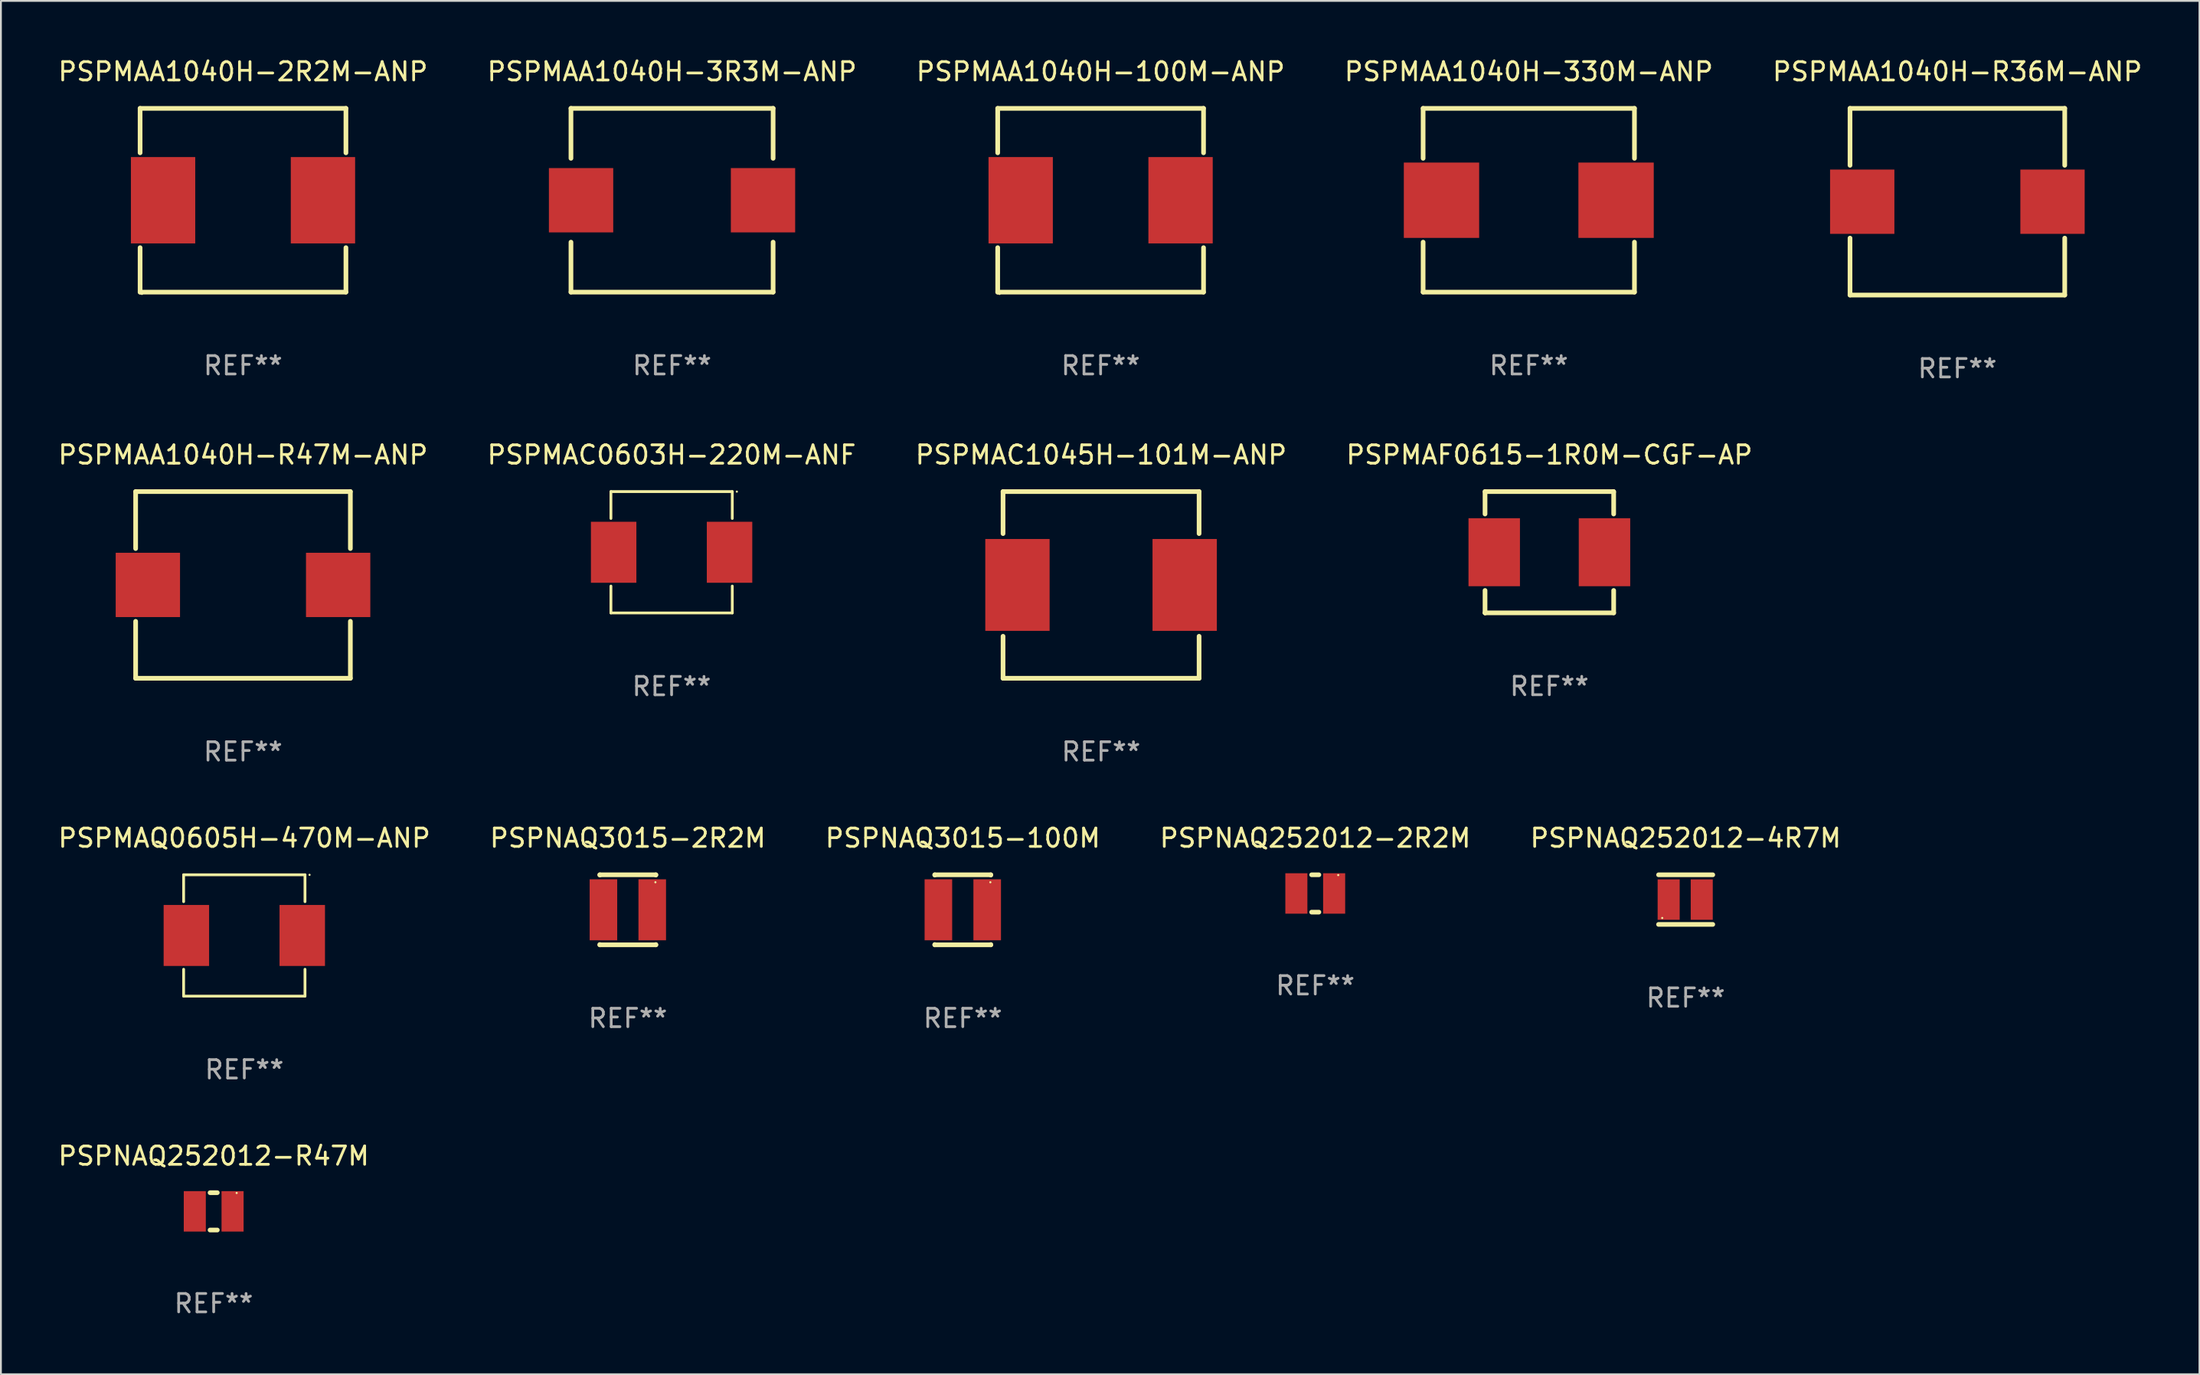
<source format=kicad_pcb>
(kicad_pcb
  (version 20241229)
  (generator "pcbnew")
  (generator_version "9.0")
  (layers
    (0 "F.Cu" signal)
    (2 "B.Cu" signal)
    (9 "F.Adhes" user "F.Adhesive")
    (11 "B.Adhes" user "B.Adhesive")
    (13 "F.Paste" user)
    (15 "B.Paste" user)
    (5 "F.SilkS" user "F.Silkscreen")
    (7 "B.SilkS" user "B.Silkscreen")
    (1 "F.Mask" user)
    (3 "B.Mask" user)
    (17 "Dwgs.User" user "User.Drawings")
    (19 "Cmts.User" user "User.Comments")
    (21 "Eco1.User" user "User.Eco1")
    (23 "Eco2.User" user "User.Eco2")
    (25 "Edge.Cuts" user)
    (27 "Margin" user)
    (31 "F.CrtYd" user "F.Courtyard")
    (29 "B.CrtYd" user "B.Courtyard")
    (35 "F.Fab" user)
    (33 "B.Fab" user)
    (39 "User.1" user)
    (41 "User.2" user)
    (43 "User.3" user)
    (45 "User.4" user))
  (footprint "PSPNAQ3015-100M"
    (layer "F.Cu")
    (at 49.339 46.466)
    (property "Reference" "PSPNAQ3015-100M" (at 0 -3.905 0) (layer "F.SilkS") (effects (font (size 1 1) (thickness 0.15))))
    (attr through_hole)
    (fp_line (start -1.524 -1.905) (end 1.524 -1.905) (stroke (width 0.254) (type solid)) (layer "F.SilkS"))
    (fp_line (start -1.524 -1.891) (end -1.524 -1.905) (stroke (width 0.254) (type solid)) (layer "F.SilkS"))
    (fp_line (start -1.524 1.905) (end -1.524 1.891) (stroke (width 0.254) (type solid)) (layer "F.SilkS"))
    (fp_line (start -1.524 1.905) (end 1.524 1.905) (stroke (width 0.254) (type solid)) (layer "F.SilkS"))
    (fp_line (start 1.524 -1.905) (end 1.524 -1.891) (stroke (width 0.254) (type solid)) (layer "F.SilkS"))
    (fp_line (start 1.524 1.891) (end 1.524 1.905) (stroke (width 0.254) (type solid)) (layer "F.SilkS"))
    (fp_circle (center 1.5 -1.5) (end 1.53 -1.5) (stroke (width 0.06) (type solid)) (fill no) (layer "F.SilkS"))
    (fp_text user "REF**" (at 0 5.905 0) (layer "F.Fab") (effects (font (size 1 1) (thickness 0.15))))
    (pad "1" smd rect (at 1.328 0) (size 1.5 3.32) (layers "F.Cu" "F.Mask" "F.Paste"))
    (pad "2" smd rect (at -1.328 0) (size 1.5 3.32) (layers "F.Cu" "F.Mask" "F.Paste")))
  (footprint "PSPNAQ3015-2R2M"
    (layer "F.Cu")
    (at 31.113 46.466)
    (property "Reference" "PSPNAQ3015-2R2M" (at 0 -3.905 0) (layer "F.SilkS") (effects (font (size 1 1) (thickness 0.15))))
    (attr through_hole)
    (fp_line (start -1.524 -1.905) (end 1.524 -1.905) (stroke (width 0.254) (type solid)) (layer "F.SilkS"))
    (fp_line (start -1.524 -1.891) (end -1.524 -1.905) (stroke (width 0.254) (type solid)) (layer "F.SilkS"))
    (fp_line (start -1.524 1.905) (end -1.524 1.891) (stroke (width 0.254) (type solid)) (layer "F.SilkS"))
    (fp_line (start -1.524 1.905) (end 1.524 1.905) (stroke (width 0.254) (type solid)) (layer "F.SilkS"))
    (fp_line (start 1.524 -1.905) (end 1.524 -1.891) (stroke (width 0.254) (type solid)) (layer "F.SilkS"))
    (fp_line (start 1.524 1.891) (end 1.524 1.905) (stroke (width 0.254) (type solid)) (layer "F.SilkS"))
    (fp_circle (center 1.5 -1.5) (end 1.53 -1.5) (stroke (width 0.06) (type solid)) (fill no) (layer "F.SilkS"))
    (fp_text user "REF**" (at 0 5.905 0) (layer "F.Fab") (effects (font (size 1 1) (thickness 0.15))))
    (pad "1" smd rect (at 1.328 0) (size 1.5 3.32) (layers "F.Cu" "F.Mask" "F.Paste"))
    (pad "2" smd rect (at -1.328 0) (size 1.5 3.32) (layers "F.Cu" "F.Mask" "F.Paste")))
  (footprint "PSPMAC1045H-101M-ANP"
    (layer "F.Cu")
    (at 56.863 28.785)
    (property "Reference" "PSPMAC1045H-101M-ANP" (at 0 -7.08 0) (layer "F.SilkS") (effects (font (size 1 1) (thickness 0.15))))
    (attr through_hole)
    (fp_line (start -5.334 -5.08) (end 5.334 -5.08) (stroke (width 0.254) (type solid)) (layer "F.SilkS"))
    (fp_line (start -5.334 -2.794) (end -5.334 -5.08) (stroke (width 0.254) (type solid)) (layer "F.SilkS"))
    (fp_line (start -5.334 5.08) (end -5.334 2.794) (stroke (width 0.254) (type solid)) (layer "F.SilkS"))
    (fp_line (start 5.334 -5.08) (end 5.334 -2.794) (stroke (width 0.254) (type solid)) (layer "F.SilkS"))
    (fp_line (start 5.334 2.794) (end 5.334 5.08) (stroke (width 0.254) (type solid)) (layer "F.SilkS"))
    (fp_line (start 5.334 5.08) (end -5.334 5.08) (stroke (width 0.254) (type solid)) (layer "F.SilkS"))
    (fp_circle (center -5.3 5.1) (end -5.27 5.1) (stroke (width 0.06) (type solid)) (fill no) (layer "F.SilkS"))
    (fp_text user "REF**" (at 0 9.08 0) (layer "F.Fab") (effects (font (size 1 1) (thickness 0.15))))
    (pad "1" smd rect (at -4.55 0) (size 3.5 5) (layers "F.Cu" "F.Mask" "F.Paste"))
    (pad "2" smd rect (at 4.55 0) (size 3.5 5) (layers "F.Cu" "F.Mask" "F.Paste")))
  (footprint "PSPMAA1040H-100M-ANP"
    (layer "F.Cu")
    (at 56.839 7.848)
    (property "Reference" "PSPMAA1040H-100M-ANP" (at 0 -7 0) (layer "F.SilkS") (effects (font (size 1 1) (thickness 0.15))))
    (attr through_hole)
    (fp_line (start -5.6 -5) (end -5.6 -2.581) (stroke (width 0.254) (type solid)) (layer "F.SilkS"))
    (fp_line (start -5.6 -5) (end 5.6 -5) (stroke (width 0.254) (type solid)) (layer "F.SilkS"))
    (fp_line (start -5.6 2.581) (end -5.6 5) (stroke (width 0.254) (type solid)) (layer "F.SilkS"))
    (fp_line (start -5.6 5) (end 5.6 5) (stroke (width 0.254) (type solid)) (layer "F.SilkS"))
    (fp_line (start 5.6 -5) (end 5.6 -2.581) (stroke (width 0.254) (type solid)) (layer "F.SilkS"))
    (fp_line (start 5.6 2.581) (end 5.6 5) (stroke (width 0.254) (type solid)) (layer "F.SilkS"))
    (fp_circle (center -5.5 5.1) (end -5.47 5.1) (stroke (width 0.06) (type solid)) (fill no) (layer "F.SilkS"))
    (fp_text user "REF**" (at 0 9 0) (layer "F.Fab") (effects (font (size 1 1) (thickness 0.15))))
    (pad "1" smd rect (at -4.35 0 90) (size 4.7 3.5) (layers "F.Cu" "F.Mask" "F.Paste"))
    (pad "2" smd rect (at 4.35 0 90) (size 4.7 3.5) (layers "F.Cu" "F.Mask" "F.Paste")))
  (footprint "PSPMAQ0605H-470M-ANP"
    (layer "F.Cu")
    (at 10.244 47.863)
    (property "Reference" "PSPMAQ0605H-470M-ANP" (at 0 -5.302 0) (layer "F.SilkS") (effects (font (size 1 1) (thickness 0.15))))
    (attr through_hole)
    (fp_line (start -3.302 -3.302) (end -3.302 -1.84) (stroke (width 0.152) (type solid)) (layer "F.SilkS"))
    (fp_line (start -3.302 1.84) (end -3.302 3.302) (stroke (width 0.152) (type solid)) (layer "F.SilkS"))
    (fp_line (start -3.302 3.302) (end 3.302 3.302) (stroke (width 0.152) (type solid)) (layer "F.SilkS"))
    (fp_line (start 3.302 -3.302) (end -3.302 -3.302) (stroke (width 0.152) (type solid)) (layer "F.SilkS"))
    (fp_line (start 3.302 -1.84) (end 3.302 -3.302) (stroke (width 0.152) (type solid)) (layer "F.SilkS"))
    (fp_line (start 3.302 3.302) (end 3.302 1.84) (stroke (width 0.152) (type solid)) (layer "F.SilkS"))
    (fp_circle (center 3.55 -3.3) (end 3.58 -3.3) (stroke (width 0.06) (type solid)) (fill no) (layer "F.SilkS"))
    (fp_text user "REF**" (at 0 7.302 0) (layer "F.Fab") (effects (font (size 1 1) (thickness 0.15))))
    (pad "1" smd rect (at 3.153 0) (size 2.474 3.32) (layers "F.Cu" "F.Mask" "F.Paste"))
    (pad "2" smd rect (at -3.153 0) (size 2.474 3.32) (layers "F.Cu" "F.Mask" "F.Paste")))
  (footprint "PSPMAC0603H-220M-ANF"
    (layer "F.Cu")
    (at 33.494 27.007)
    (property "Reference" "PSPMAC0603H-220M-ANF" (at 0 -5.302 0) (layer "F.SilkS") (effects (font (size 1 1) (thickness 0.15))))
    (attr through_hole)
    (fp_line (start -3.302 -3.302) (end -3.302 -1.84) (stroke (width 0.152) (type solid)) (layer "F.SilkS"))
    (fp_line (start -3.302 1.84) (end -3.302 3.302) (stroke (width 0.152) (type solid)) (layer "F.SilkS"))
    (fp_line (start -3.302 3.302) (end 3.302 3.302) (stroke (width 0.152) (type solid)) (layer "F.SilkS"))
    (fp_line (start 3.302 -3.302) (end -3.302 -3.302) (stroke (width 0.152) (type solid)) (layer "F.SilkS"))
    (fp_line (start 3.302 -1.84) (end 3.302 -3.302) (stroke (width 0.152) (type solid)) (layer "F.SilkS"))
    (fp_line (start 3.302 3.302) (end 3.302 1.84) (stroke (width 0.152) (type solid)) (layer "F.SilkS"))
    (fp_circle (center 3.55 -3.3) (end 3.58 -3.3) (stroke (width 0.06) (type solid)) (fill no) (layer "F.SilkS"))
    (fp_text user "REF**" (at 0 7.302 0) (layer "F.Fab") (effects (font (size 1 1) (thickness 0.15))))
    (pad "1" smd rect (at 3.153 0) (size 2.474 3.32) (layers "F.Cu" "F.Mask" "F.Paste"))
    (pad "2" smd rect (at -3.153 0) (size 2.474 3.32) (layers "F.Cu" "F.Mask" "F.Paste")))
  (footprint "PSPNAQ252012-2R2M"
    (layer "F.Cu")
    (at 68.518 45.577)
    (property "Reference" "PSPNAQ252012-2R2M" (at 0 -3.016 0) (layer "F.SilkS") (effects (font (size 1 1) (thickness 0.15))))
    (attr through_hole)
    (fp_line (start -0.197 1.016) (end 0.197 1.016) (stroke (width 0.254) (type solid)) (layer "F.SilkS"))
    (fp_line (start 0.197 -1.016) (end -0.197 -1.016) (stroke (width 0.254) (type solid)) (layer "F.SilkS"))
    (fp_circle (center 1.25 -1) (end 1.28 -1) (stroke (width 0.06) (type solid)) (fill no) (layer "F.SilkS"))
    (fp_text user "REF**" (at 0 5.016 0) (layer "F.Fab") (effects (font (size 1 1) (thickness 0.15))))
    (pad "1" smd rect (at 1.028 0) (size 1.2 2.2) (layers "F.Cu" "F.Mask" "F.Paste"))
    (pad "2" smd rect (at -1.028 0) (size 1.2 2.2) (layers "F.Cu" "F.Mask" "F.Paste")))
  (footprint "PSPNAQ252012-4R7M"
    (layer "F.Cu")
    (at 88.673 45.911)
    (property "Reference" "PSPNAQ252012-4R7M" (at 0 -3.35 0) (layer "F.SilkS") (effects (font (size 1 1) (thickness 0.15))))
    (attr through_hole)
    (fp_line (start -1.475 1.35) (end 1.475 1.35) (stroke (width 0.254) (type solid)) (layer "F.SilkS"))
    (fp_line (start 1.475 -1.35) (end -1.474 -1.35) (stroke (width 0.254) (type solid)) (layer "F.SilkS"))
    (fp_circle (center -1.275 1) (end -1.245 1) (stroke (width 0.06) (type solid)) (fill no) (layer "F.SilkS"))
    (fp_text user "REF**" (at 0 5.35 0) (layer "F.Fab") (effects (font (size 1 1) (thickness 0.15))))
    (pad "1" smd rect (at -0.925 -0.000178) (size 1.2 2.2) (layers "F.Cu" "F.Mask" "F.Paste"))
    (pad "2" smd rect (at 0.875 -0.000178) (size 1.2 2.2) (layers "F.Cu" "F.Mask" "F.Paste")))
  (footprint "PSPNAQ252012-R47M"
    (layer "F.Cu")
    (at 8.577 62.878)
    (property "Reference" "PSPNAQ252012-R47M" (at 0 -3.016 0) (layer "F.SilkS") (effects (font (size 1 1) (thickness 0.15))))
    (attr through_hole)
    (fp_line (start -0.197 1.016) (end 0.197 1.016) (stroke (width 0.254) (type solid)) (layer "F.SilkS"))
    (fp_line (start 0.197 -1.016) (end -0.197 -1.016) (stroke (width 0.254) (type solid)) (layer "F.SilkS"))
    (fp_circle (center 1.25 -1) (end 1.28 -1) (stroke (width 0.06) (type solid)) (fill no) (layer "F.SilkS"))
    (fp_text user "REF**" (at 0 5.016 0) (layer "F.Fab") (effects (font (size 1 1) (thickness 0.15))))
    (pad "1" smd rect (at 1.028 0) (size 1.2 2.2) (layers "F.Cu" "F.Mask" "F.Paste"))
    (pad "2" smd rect (at -1.028 0) (size 1.2 2.2) (layers "F.Cu" "F.Mask" "F.Paste")))
  (footprint "PSPMAA1040H-330M-ANP"
    (layer "F.Cu")
    (at 80.137 7.848)
    (property "Reference" "PSPMAA1040H-330M-ANP" (at 0 -7 0) (layer "F.SilkS") (effects (font (size 1 1) (thickness 0.15))))
    (attr through_hole)
    (fp_line (start -5.75 -5) (end -5.75 -2.281) (stroke (width 0.254) (type solid)) (layer "F.SilkS"))
    (fp_line (start -5.75 -5) (end 5.75 -5) (stroke (width 0.254) (type solid)) (layer "F.SilkS"))
    (fp_line (start -5.75 2.281) (end -5.75 5) (stroke (width 0.254) (type solid)) (layer "F.SilkS"))
    (fp_line (start 5.75 -2.281) (end 5.75 -5) (stroke (width 0.254) (type solid)) (layer "F.SilkS"))
    (fp_line (start 5.75 5) (end -5.75 5) (stroke (width 0.254) (type solid)) (layer "F.SilkS"))
    (fp_line (start 5.75 5) (end 5.75 2.281) (stroke (width 0.254) (type solid)) (layer "F.SilkS"))
    (fp_circle (center -5.75 5) (end -5.7 5) (stroke (width 0.1) (type solid)) (fill no) (layer "F.SilkS"))
    (fp_text user "REF**" (at 0 9 0) (layer "F.Fab") (effects (font (size 1 1) (thickness 0.15))))
    (pad "1" smd rect (at -4.75 0) (size 4.1 4.1) (layers "F.Cu" "F.Mask" "F.Paste"))
    (pad "2" smd rect (at 4.75 0) (size 4.1 4.1) (layers "F.Cu" "F.Mask" "F.Paste")))
  (footprint "PSPMAA1040H-2R2M-ANP"
    (layer "F.Cu")
    (at 10.173 7.848)
    (property "Reference" "PSPMAA1040H-2R2M-ANP" (at 0 -7 0) (layer "F.SilkS") (effects (font (size 1 1) (thickness 0.15))))
    (attr through_hole)
    (fp_line (start -5.6 -5) (end -5.6 -2.581) (stroke (width 0.254) (type solid)) (layer "F.SilkS"))
    (fp_line (start -5.6 -5) (end 5.6 -5) (stroke (width 0.254) (type solid)) (layer "F.SilkS"))
    (fp_line (start -5.6 2.581) (end -5.6 5) (stroke (width 0.254) (type solid)) (layer "F.SilkS"))
    (fp_line (start -5.6 5) (end 5.6 5) (stroke (width 0.254) (type solid)) (layer "F.SilkS"))
    (fp_line (start 5.6 -5) (end 5.6 -2.581) (stroke (width 0.254) (type solid)) (layer "F.SilkS"))
    (fp_line (start 5.6 2.581) (end 5.6 5) (stroke (width 0.254) (type solid)) (layer "F.SilkS"))
    (fp_circle (center -5.5 5.1) (end -5.47 5.1) (stroke (width 0.06) (type solid)) (fill no) (layer "F.SilkS"))
    (fp_text user "REF**" (at 0 9 0) (layer "F.Fab") (effects (font (size 1 1) (thickness 0.15))))
    (pad "1" smd rect (at -4.35 0 90) (size 4.7 3.5) (layers "F.Cu" "F.Mask" "F.Paste"))
    (pad "2" smd rect (at 4.35 0 90) (size 4.7 3.5) (layers "F.Cu" "F.Mask" "F.Paste")))
  (footprint "PSPMAA1040H-R36M-ANP"
    (layer "F.Cu")
    (at 103.458 7.928)
    (property "Reference" "PSPMAA1040H-R36M-ANP" (at 0 -7.08 0) (layer "F.SilkS") (effects (font (size 1 1) (thickness 0.15))))
    (attr through_hole)
    (fp_line (start -5.842 -5.08) (end -5.842 -1.981) (stroke (width 0.254) (type solid)) (layer "F.SilkS"))
    (fp_line (start -5.842 1.981) (end -5.842 5.08) (stroke (width 0.254) (type solid)) (layer "F.SilkS"))
    (fp_line (start -5.842 5.08) (end 5.842 5.08) (stroke (width 0.254) (type solid)) (layer "F.SilkS"))
    (fp_line (start 5.842 -5.08) (end -5.842 -5.08) (stroke (width 0.254) (type solid)) (layer "F.SilkS"))
    (fp_line (start 5.842 -1.981) (end 5.842 -5.08) (stroke (width 0.254) (type solid)) (layer "F.SilkS"))
    (fp_line (start 5.842 5.08) (end 5.842 1.981) (stroke (width 0.254) (type solid)) (layer "F.SilkS"))
    (fp_circle (center -5.75 5) (end -5.72 5) (stroke (width 0.06) (type solid)) (fill no) (layer "F.SilkS"))
    (fp_text user "REF**" (at 0 9.08 0) (layer "F.Fab") (effects (font (size 1 1) (thickness 0.15))))
    (pad "1" smd rect (at -5.177 0) (size 3.5 3.5) (layers "F.Cu" "F.Mask" "F.Paste"))
    (pad "2" smd rect (at 5.177 0) (size 3.5 3.5) (layers "F.Cu" "F.Mask" "F.Paste")))
  (footprint "PSPMAA1040H-3R3M-ANP"
    (layer "F.Cu")
    (at 33.518 7.848)
    (property "Reference" "PSPMAA1040H-3R3M-ANP" (at 0 -7 0) (layer "F.SilkS") (effects (font (size 1 1) (thickness 0.15))))
    (attr through_hole)
    (fp_line (start -5.5 -5) (end 5.5 -5) (stroke (width 0.254) (type solid)) (layer "F.SilkS"))
    (fp_line (start -5.5 -2.281) (end -5.5 -5) (stroke (width 0.254) (type solid)) (layer "F.SilkS"))
    (fp_line (start -5.5 5) (end -5.5 2.281) (stroke (width 0.254) (type solid)) (layer "F.SilkS"))
    (fp_line (start -5.5 5) (end 5.5 5) (stroke (width 0.254) (type solid)) (layer "F.SilkS"))
    (fp_line (start 5.5 -2.281) (end 5.5 -5) (stroke (width 0.254) (type solid)) (layer "F.SilkS"))
    (fp_line (start 5.5 5) (end 5.5 2.281) (stroke (width 0.254) (type solid)) (layer "F.SilkS"))
    (fp_circle (center -5.5 5) (end -5.47 5) (stroke (width 0.06) (type solid)) (fill no) (layer "F.SilkS"))
    (fp_text user "REF**" (at 0 9 0) (layer "F.Fab") (effects (font (size 1 1) (thickness 0.15))))
    (pad "1" smd rect (at -4.95 0 90) (size 3.5 3.5) (layers "F.Cu" "F.Mask" "F.Paste"))
    (pad "2" smd rect (at 4.95 0 270) (size 3.5 3.5) (layers "F.Cu" "F.Mask" "F.Paste")))
  (footprint "PSPMAA1040H-R47M-ANP"
    (layer "F.Cu")
    (at 10.173 28.785)
    (property "Reference" "PSPMAA1040H-R47M-ANP" (at 0 -7.08 0) (layer "F.SilkS") (effects (font (size 1 1) (thickness 0.15))))
    (attr through_hole)
    (fp_line (start -5.842 -5.08) (end -5.842 -1.981) (stroke (width 0.254) (type solid)) (layer "F.SilkS"))
    (fp_line (start -5.842 1.981) (end -5.842 5.08) (stroke (width 0.254) (type solid)) (layer "F.SilkS"))
    (fp_line (start -5.842 5.08) (end 5.842 5.08) (stroke (width 0.254) (type solid)) (layer "F.SilkS"))
    (fp_line (start 5.842 -5.08) (end -5.842 -5.08) (stroke (width 0.254) (type solid)) (layer "F.SilkS"))
    (fp_line (start 5.842 -1.981) (end 5.842 -5.08) (stroke (width 0.254) (type solid)) (layer "F.SilkS"))
    (fp_line (start 5.842 5.08) (end 5.842 1.981) (stroke (width 0.254) (type solid)) (layer "F.SilkS"))
    (fp_circle (center -5.75 5) (end -5.72 5) (stroke (width 0.06) (type solid)) (fill no) (layer "F.SilkS"))
    (fp_text user "REF**" (at 0 9.08 0) (layer "F.Fab") (effects (font (size 1 1) (thickness 0.15))))
    (pad "1" smd rect (at -5.177 0) (size 3.5 3.5) (layers "F.Cu" "F.Mask" "F.Paste"))
    (pad "2" smd rect (at 5.177 0) (size 3.5 3.5) (layers "F.Cu" "F.Mask" "F.Paste")))
  (footprint "PSPMAF0615-1R0M-CGF-AP"
    (layer "F.Cu")
    (at 81.256 27.005)
    (property "Reference" "PSPMAF0615-1R0M-CGF-AP" (at 0 -5.3 0) (layer "F.SilkS") (effects (font (size 1 1) (thickness 0.15))))
    (attr through_hole)
    (fp_line (start -3.5 -3.3) (end 3.48 -3.3) (stroke (width 0.254) (type solid)) (layer "F.SilkS"))
    (fp_line (start -3.5 -2.081) (end -3.5 -3.3) (stroke (width 0.254) (type solid)) (layer "F.SilkS"))
    (fp_line (start -3.5 3.3) (end -3.5 2.081) (stroke (width 0.254) (type solid)) (layer "F.SilkS"))
    (fp_line (start -3.49 3.3) (end -3.5 3.3) (stroke (width 0.254) (type solid)) (layer "F.SilkS"))
    (fp_line (start 3.48 -3.3) (end 3.5 -3.28) (stroke (width 0.254) (type solid)) (layer "F.SilkS"))
    (fp_line (start 3.5 -3.3) (end 3.5 -2.081) (stroke (width 0.254) (type solid)) (layer "F.SilkS"))
    (fp_line (start 3.5 2.081) (end 3.5 3.3) (stroke (width 0.254) (type solid)) (layer "F.SilkS"))
    (fp_line (start 3.5 3.3) (end -3.49 3.3) (stroke (width 0.254) (type solid)) (layer "F.SilkS"))
    (fp_circle (center -3.5 3.3) (end -3.47 3.3) (stroke (width 0.06) (type solid)) (fill no) (layer "F.SilkS"))
    (fp_text user "REF**" (at 0 7.3 0) (layer "F.Fab") (effects (font (size 1 1) (thickness 0.15))))
    (pad "1" smd rect (at -3 0) (size 2.8 3.7) (layers "F.Cu" "F.Mask" "F.Paste"))
    (pad "2" smd rect (at 3 0) (size 2.8 3.7) (layers "F.Cu" "F.Mask" "F.Paste")))
  (gr_rect
    (start -3 -3)
    (end 116.631 71.742)
    (stroke (width 0.1) (type default))
    (fill no)
    (layer "Edge.Cuts")))
</source>
